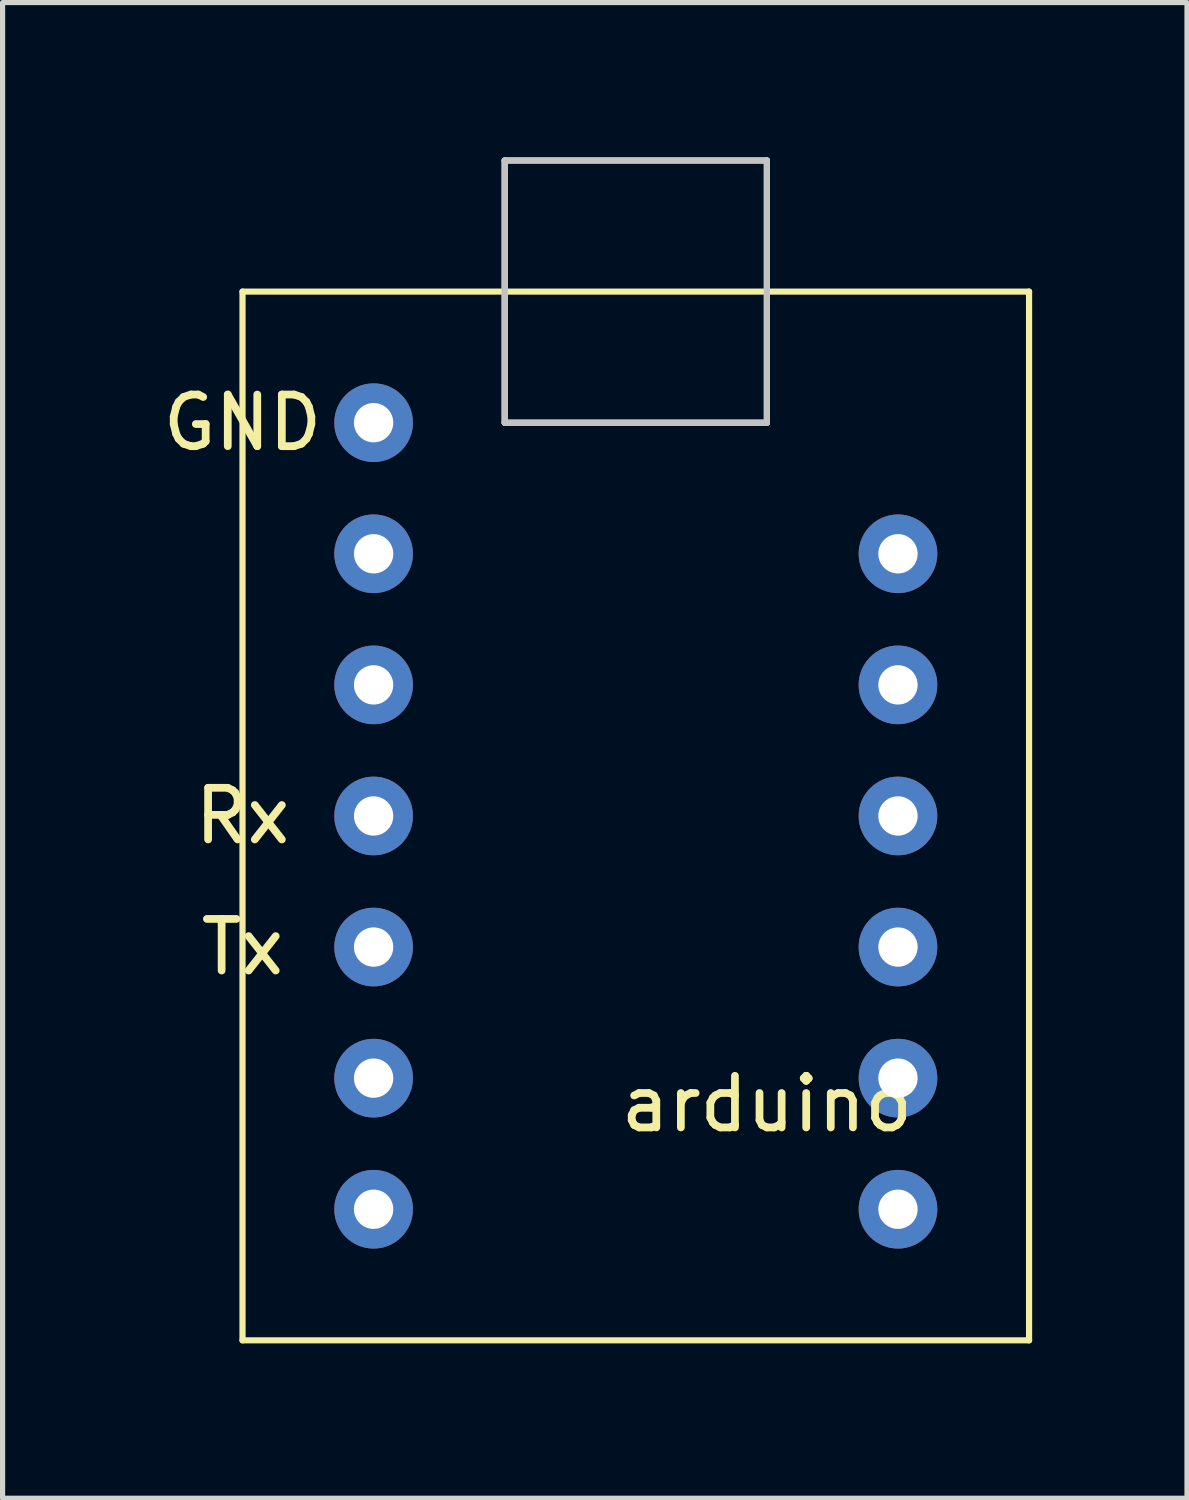
<source format=kicad_pcb>
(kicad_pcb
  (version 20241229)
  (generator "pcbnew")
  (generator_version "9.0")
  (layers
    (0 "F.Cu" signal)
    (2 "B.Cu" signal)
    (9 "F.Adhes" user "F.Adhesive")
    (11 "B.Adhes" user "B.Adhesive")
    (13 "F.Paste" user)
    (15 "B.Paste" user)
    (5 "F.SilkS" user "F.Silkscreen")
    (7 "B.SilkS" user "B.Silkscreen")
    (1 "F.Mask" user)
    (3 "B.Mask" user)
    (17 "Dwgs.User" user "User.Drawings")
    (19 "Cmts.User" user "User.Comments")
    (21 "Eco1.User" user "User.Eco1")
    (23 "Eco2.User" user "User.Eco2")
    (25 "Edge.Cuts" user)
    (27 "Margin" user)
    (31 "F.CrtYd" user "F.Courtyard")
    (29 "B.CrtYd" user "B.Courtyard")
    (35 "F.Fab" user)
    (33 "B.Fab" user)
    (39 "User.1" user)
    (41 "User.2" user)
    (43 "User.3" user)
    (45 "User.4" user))
  (footprint "arduino"
    (layer "F.Cu")
    (at 11.809 17.84)
    (property "Reference" "arduino" (at 0 0.5 0) (layer "F.SilkS") (effects (font (size 1 1) (thickness 0.15))))
    (attr through_hole)
    (fp_line (start -10.16 -15.24) (end 5.08 -15.24) (stroke (width 0.12) (type solid)) (layer "F.SilkS"))
    (fp_line (start -10.16 5.08) (end -10.16 -15.24) (stroke (width 0.12) (type solid)) (layer "F.SilkS"))
    (fp_line (start -5.08 -17.78) (end -5.08 -12.7) (stroke (width 0.12) (type solid)) (layer "F.SilkS"))
    (fp_line (start -5.08 -12.7) (end 0 -12.7) (stroke (width 0.12) (type solid)) (layer "F.SilkS"))
    (fp_line (start 0 -17.78) (end -5.08 -17.78) (stroke (width 0.12) (type solid)) (layer "F.SilkS"))
    (fp_line (start 0 -12.7) (end 0 -17.78) (stroke (width 0.12) (type solid)) (layer "F.SilkS"))
    (fp_line (start 5.08 -15.24) (end 5.08 5.08) (stroke (width 0.12) (type solid)) (layer "F.SilkS"))
    (fp_line (start 5.08 5.08) (end -10.16 5.08) (stroke (width 0.12) (type solid)) (layer "F.SilkS"))
    (fp_line (start -5.08 -17.78) (end 0 -17.78) (stroke (width 0.12) (type solid)) (layer "Dwgs.User"))
    (fp_line (start -5.08 -12.7) (end -5.08 -17.78) (stroke (width 0.12) (type solid)) (layer "Dwgs.User"))
    (fp_line (start 0 -17.78) (end 0 -12.7) (stroke (width 0.12) (type solid)) (layer "Dwgs.User"))
    (fp_line (start 0 -12.7) (end -5.08 -12.7) (stroke (width 0.12) (type solid)) (layer "Dwgs.User"))
    (fp_text user "Tx" (at -10.16 -2.54 0) (layer "F.SilkS") (effects (font (size 1 1) (thickness 0.15))))
    (fp_text user "GND" (at -10.16 -12.7 0) (layer "F.SilkS") (effects (font (size 1 1) (thickness 0.15))))
    (fp_text user "Rx" (at -10.16 -5.08 0) (layer "F.SilkS") (effects (font (size 1 1) (thickness 0.15))))
    (pad "1" thru_hole circle (at -7.62 -12.7) (size 1.524 1.524) (drill 0.762) (layers "*.Cu" "*.Mask"))
    (pad "2" thru_hole circle (at -7.62 -10.16) (size 1.524 1.524) (drill 0.762) (layers "*.Cu" "*.Mask"))
    (pad "3" thru_hole circle (at -7.62 -7.62) (size 1.524 1.524) (drill 0.762) (layers "*.Cu" "*.Mask"))
    (pad "4" thru_hole circle (at -7.62 -5.08) (size 1.524 1.524) (drill 0.762) (layers "*.Cu" "*.Mask"))
    (pad "5" thru_hole circle (at -7.62 -2.54) (size 1.524 1.524) (drill 0.762) (layers "*.Cu" "*.Mask"))
    (pad "6" thru_hole circle (at -7.62 0) (size 1.524 1.524) (drill 0.762) (layers "*.Cu" "*.Mask"))
    (pad "7" thru_hole circle (at -7.62 2.54) (size 1.524 1.524) (drill 0.762) (layers "*.Cu" "*.Mask"))
    (pad "8" thru_hole circle (at 2.54 2.54) (size 1.524 1.524) (drill 0.762) (layers "*.Cu" "*.Mask"))
    (pad "9" thru_hole circle (at 2.54 0) (size 1.524 1.524) (drill 0.762) (layers "*.Cu" "*.Mask"))
    (pad "10" thru_hole circle (at 2.54 -2.54) (size 1.524 1.524) (drill 0.762) (layers "*.Cu" "*.Mask"))
    (pad "11" thru_hole circle (at 2.54 -5.08) (size 1.524 1.524) (drill 0.762) (layers "*.Cu" "*.Mask"))
    (pad "12" thru_hole circle (at 2.54 -7.62) (size 1.524 1.524) (drill 0.762) (layers "*.Cu" "*.Mask"))
    (pad "13" thru_hole circle (at 2.54 -10.16) (size 1.524 1.524) (drill 0.762) (layers "*.Cu" "*.Mask")))
  (gr_rect
    (start -3 -3)
    (end 19.949 25.98)
    (stroke (width 0.1) (type default))
    (fill no)
    (layer "Edge.Cuts")))
</source>
